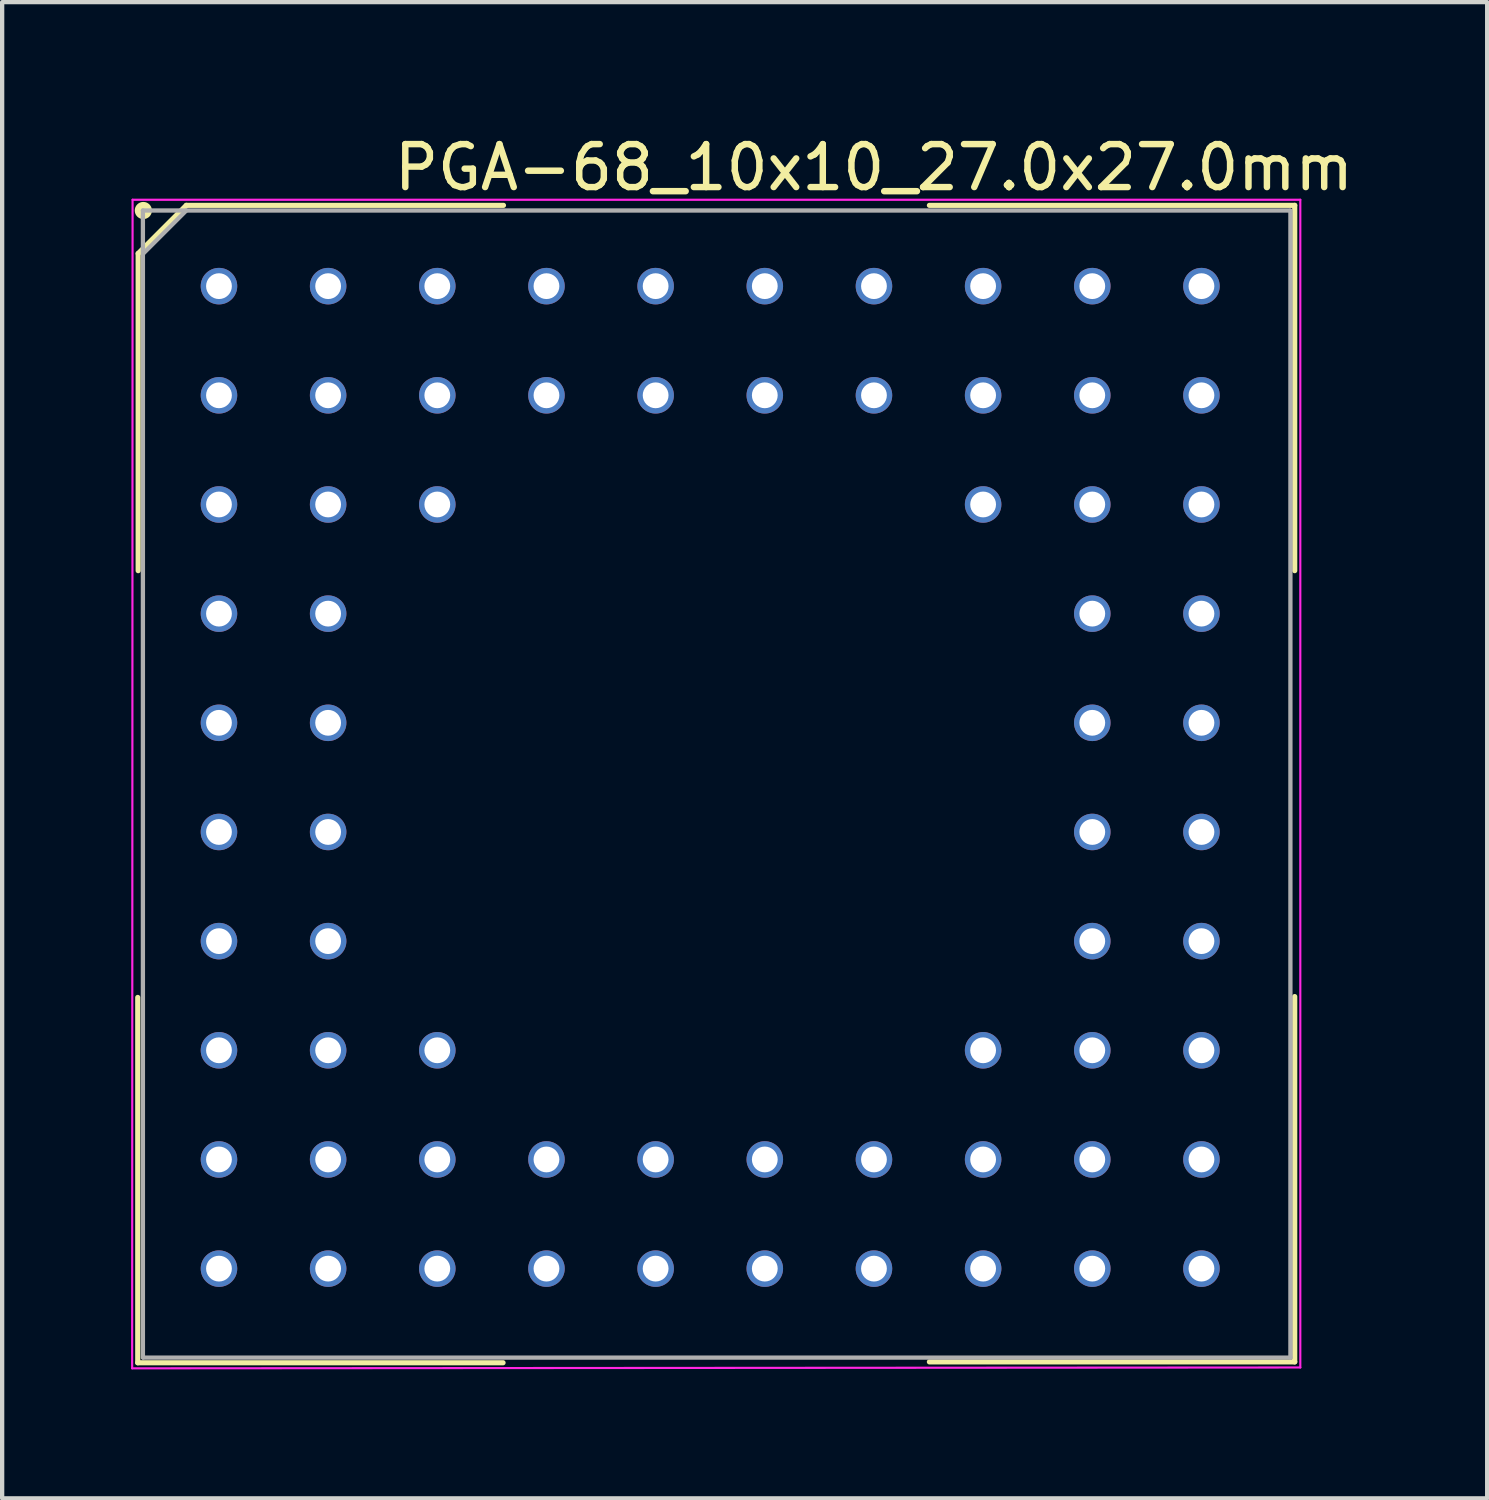
<source format=kicad_pcb>
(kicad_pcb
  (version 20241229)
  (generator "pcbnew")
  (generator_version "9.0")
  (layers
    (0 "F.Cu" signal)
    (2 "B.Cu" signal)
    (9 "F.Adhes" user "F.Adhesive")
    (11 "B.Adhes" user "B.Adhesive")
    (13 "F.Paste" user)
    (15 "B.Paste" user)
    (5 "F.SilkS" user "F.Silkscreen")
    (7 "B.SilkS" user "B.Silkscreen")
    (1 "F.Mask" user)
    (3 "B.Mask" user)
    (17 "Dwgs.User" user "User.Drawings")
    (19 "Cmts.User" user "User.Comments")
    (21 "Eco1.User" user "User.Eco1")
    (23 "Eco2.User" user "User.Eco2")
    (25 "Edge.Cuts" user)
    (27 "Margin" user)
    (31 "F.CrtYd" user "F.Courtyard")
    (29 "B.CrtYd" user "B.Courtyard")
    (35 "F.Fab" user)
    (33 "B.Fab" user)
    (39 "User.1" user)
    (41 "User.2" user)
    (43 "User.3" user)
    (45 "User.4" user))
  (footprint "PGA-68_10x10_27.0x27.0mm"
    (layer "F.Cu")
    (at 13.475 15.038)
    (property "Reference" "PGA-68_10x10_27.0x27.0mm" (at 3.81 -14.19 0) (layer "F.SilkS") (effects (font (size 1 1) (thickness 0.15))))
    (attr through_hole)
    (fp_line (start -13.32 5.12) (end -13.32 13.62) (stroke (width 0.12) (type default)) (layer "F.SilkS"))
    (fp_line (start -13.32 13.62) (end -4.82 13.62) (stroke (width 0.12) (type default)) (layer "F.SilkS"))
    (fp_line (start -13.31 -12.19) (end -12.19 -13.31) (stroke (width 0.12) (type default)) (layer "F.SilkS"))
    (fp_line (start -13.31 -4.81) (end -13.31 -12.19) (stroke (width 0.12) (type default)) (layer "F.SilkS"))
    (fp_line (start -12.19 -13.31) (end -4.81 -13.31) (stroke (width 0.12) (type default)) (layer "F.SilkS"))
    (fp_line (start 5.1 -13.31) (end 13.6 -13.31) (stroke (width 0.12) (type default)) (layer "F.SilkS"))
    (fp_line (start 5.1 13.6) (end 13.6 13.6) (stroke (width 0.12) (type default)) (layer "F.SilkS"))
    (fp_line (start 13.6 -13.31) (end 13.6 -4.81) (stroke (width 0.12) (type default)) (layer "F.SilkS"))
    (fp_line (start 13.6 13.6) (end 13.6 5.1) (stroke (width 0.12) (type default)) (layer "F.SilkS"))
    (fp_circle (center -13.19 -13.19) (end -13.19 -13.09) (stroke (width 0.2) (type default)) (fill no) (layer "F.SilkS"))
    (fp_line (start -13.45 13.75) (end -13.44 -13.44) (stroke (width 0.05) (type default)) (layer "F.CrtYd"))
    (fp_line (start -13.45 13.75) (end 13.73 13.73) (stroke (width 0.05) (type default)) (layer "F.CrtYd"))
    (fp_line (start -13.44 -13.44) (end 13.73 -13.44) (stroke (width 0.05) (type default)) (layer "F.CrtYd"))
    (fp_line (start 13.73 13.73) (end 13.73 -13.44) (stroke (width 0.05) (type default)) (layer "F.CrtYd"))
    (fp_line (start -13.2 -13.19) (end 13.48 -13.19) (stroke (width 0.1) (type default)) (layer "F.Fab"))
    (fp_line (start -13.2 13.5) (end -13.2 -13.19) (stroke (width 0.1) (type default)) (layer "F.Fab"))
    (fp_line (start -13.19 -12.19) (end -12.19 -13.19) (stroke (width 0.1) (type default)) (layer "F.Fab"))
    (fp_line (start -13.19 13.5) (end 13.5 13.5) (stroke (width 0.1) (type default)) (layer "F.Fab"))
    (fp_line (start 13.5 13.5) (end 13.5 -13.19) (stroke (width 0.1) (type default)) (layer "F.Fab"))
    (pad "A1" thru_hole circle (at -11.43 -11.43) (size 0.85 0.85) (drill 0.6) (layers "*.Cu" "*.Mask"))
    (pad "A2" thru_hole circle (at -8.89 -11.43) (size 0.85 0.85) (drill 0.6) (layers "*.Cu" "*.Mask"))
    (pad "A3" thru_hole circle (at -6.35 -11.43) (size 0.85 0.85) (drill 0.6) (layers "*.Cu" "*.Mask"))
    (pad "A4" thru_hole circle (at -3.81 -11.43) (size 0.85 0.85) (drill 0.6) (layers "*.Cu" "*.Mask"))
    (pad "A5" thru_hole circle (at -1.27 -11.43) (size 0.85 0.85) (drill 0.6) (layers "*.Cu" "*.Mask"))
    (pad "A6" thru_hole circle (at 1.27 -11.43) (size 0.85 0.85) (drill 0.6) (layers "*.Cu" "*.Mask"))
    (pad "A7" thru_hole circle (at 3.81 -11.43) (size 0.85 0.85) (drill 0.6) (layers "*.Cu" "*.Mask"))
    (pad "A8" thru_hole circle (at 6.35 -11.43) (size 0.85 0.85) (drill 0.6) (layers "*.Cu" "*.Mask"))
    (pad "A9" thru_hole circle (at 8.89 -11.43) (size 0.85 0.85) (drill 0.6) (layers "*.Cu" "*.Mask"))
    (pad "A10" thru_hole circle (at 11.43 -11.43) (size 0.85 0.85) (drill 0.6) (layers "*.Cu" "*.Mask"))
    (pad "B1" thru_hole circle (at -11.43 -8.89) (size 0.85 0.85) (drill 0.6) (layers "*.Cu" "*.Mask"))
    (pad "B2" thru_hole circle (at -8.89 -8.89) (size 0.85 0.85) (drill 0.6) (layers "*.Cu" "*.Mask"))
    (pad "B3" thru_hole circle (at -6.35 -8.89) (size 0.85 0.85) (drill 0.6) (layers "*.Cu" "*.Mask"))
    (pad "B4" thru_hole circle (at -3.81 -8.89) (size 0.85 0.85) (drill 0.6) (layers "*.Cu" "*.Mask"))
    (pad "B5" thru_hole circle (at -1.27 -8.89) (size 0.85 0.85) (drill 0.6) (layers "*.Cu" "*.Mask"))
    (pad "B6" thru_hole circle (at 1.27 -8.89) (size 0.85 0.85) (drill 0.6) (layers "*.Cu" "*.Mask"))
    (pad "B7" thru_hole circle (at 3.81 -8.89) (size 0.85 0.85) (drill 0.6) (layers "*.Cu" "*.Mask"))
    (pad "B8" thru_hole circle (at 6.35 -8.89) (size 0.85 0.85) (drill 0.6) (layers "*.Cu" "*.Mask"))
    (pad "B9" thru_hole circle (at 8.89 -8.89) (size 0.85 0.85) (drill 0.6) (layers "*.Cu" "*.Mask"))
    (pad "B10" thru_hole circle (at 11.43 -8.89) (size 0.85 0.85) (drill 0.6) (layers "*.Cu" "*.Mask"))
    (pad "C1" thru_hole circle (at -11.43 -6.35) (size 0.85 0.85) (drill 0.6) (layers "*.Cu" "*.Mask"))
    (pad "C2" thru_hole circle (at -8.89 -6.35) (size 0.85 0.85) (drill 0.6) (layers "*.Cu" "*.Mask"))
    (pad "C3" thru_hole circle (at -6.35 -6.35) (size 0.85 0.85) (drill 0.6) (layers "*.Cu" "*.Mask"))
    (pad "C8" thru_hole circle (at 6.35 -6.35) (size 0.85 0.85) (drill 0.6) (layers "*.Cu" "*.Mask"))
    (pad "C9" thru_hole circle (at 8.89 -6.35) (size 0.85 0.85) (drill 0.6) (layers "*.Cu" "*.Mask"))
    (pad "C10" thru_hole circle (at 11.43 -6.35) (size 0.85 0.85) (drill 0.6) (layers "*.Cu" "*.Mask"))
    (pad "D1" thru_hole circle (at -11.43 -3.81) (size 0.85 0.85) (drill 0.6) (layers "*.Cu" "*.Mask"))
    (pad "D2" thru_hole circle (at -8.89 -3.81) (size 0.85 0.85) (drill 0.6) (layers "*.Cu" "*.Mask"))
    (pad "D9" thru_hole circle (at 8.89 -3.81) (size 0.85 0.85) (drill 0.6) (layers "*.Cu" "*.Mask"))
    (pad "D10" thru_hole circle (at 11.43 -3.81) (size 0.85 0.85) (drill 0.6) (layers "*.Cu" "*.Mask"))
    (pad "E1" thru_hole circle (at -11.43 -1.27) (size 0.85 0.85) (drill 0.6) (layers "*.Cu" "*.Mask"))
    (pad "E2" thru_hole circle (at -8.89 -1.27) (size 0.85 0.85) (drill 0.6) (layers "*.Cu" "*.Mask"))
    (pad "E9" thru_hole circle (at 8.89 -1.27) (size 0.85 0.85) (drill 0.6) (layers "*.Cu" "*.Mask"))
    (pad "E10" thru_hole circle (at 11.43 -1.27) (size 0.85 0.85) (drill 0.6) (layers "*.Cu" "*.Mask"))
    (pad "F1" thru_hole circle (at -11.43 1.27) (size 0.85 0.85) (drill 0.6) (layers "*.Cu" "*.Mask"))
    (pad "F2" thru_hole circle (at -8.89 1.27) (size 0.85 0.85) (drill 0.6) (layers "*.Cu" "*.Mask"))
    (pad "F9" thru_hole circle (at 8.89 1.27) (size 0.85 0.85) (drill 0.6) (layers "*.Cu" "*.Mask"))
    (pad "F10" thru_hole circle (at 11.43 1.27) (size 0.85 0.85) (drill 0.6) (layers "*.Cu" "*.Mask"))
    (pad "G1" thru_hole circle (at -11.43 3.81) (size 0.85 0.85) (drill 0.6) (layers "*.Cu" "*.Mask"))
    (pad "G2" thru_hole circle (at -8.89 3.81) (size 0.85 0.85) (drill 0.6) (layers "*.Cu" "*.Mask"))
    (pad "G9" thru_hole circle (at 8.89 3.81) (size 0.85 0.85) (drill 0.6) (layers "*.Cu" "*.Mask"))
    (pad "G10" thru_hole circle (at 11.43 3.81) (size 0.85 0.85) (drill 0.6) (layers "*.Cu" "*.Mask"))
    (pad "H1" thru_hole circle (at -11.43 6.35) (size 0.85 0.85) (drill 0.6) (layers "*.Cu" "*.Mask"))
    (pad "H2" thru_hole circle (at -8.89 6.35) (size 0.85 0.85) (drill 0.6) (layers "*.Cu" "*.Mask"))
    (pad "H3" thru_hole circle (at -6.35 6.35) (size 0.85 0.85) (drill 0.6) (layers "*.Cu" "*.Mask"))
    (pad "H8" thru_hole circle (at 6.35 6.35) (size 0.85 0.85) (drill 0.6) (layers "*.Cu" "*.Mask"))
    (pad "H9" thru_hole circle (at 8.89 6.35) (size 0.85 0.85) (drill 0.6) (layers "*.Cu" "*.Mask"))
    (pad "H10" thru_hole circle (at 11.43 6.35) (size 0.85 0.85) (drill 0.6) (layers "*.Cu" "*.Mask"))
    (pad "J1" thru_hole circle (at -11.43 8.89) (size 0.85 0.85) (drill 0.6) (layers "*.Cu" "*.Mask"))
    (pad "J2" thru_hole circle (at -8.89 8.89) (size 0.85 0.85) (drill 0.6) (layers "*.Cu" "*.Mask"))
    (pad "J3" thru_hole circle (at -6.35 8.89) (size 0.85 0.85) (drill 0.6) (layers "*.Cu" "*.Mask"))
    (pad "J4" thru_hole circle (at -3.81 8.89) (size 0.85 0.85) (drill 0.6) (layers "*.Cu" "*.Mask"))
    (pad "J5" thru_hole circle (at -1.27 8.89) (size 0.85 0.85) (drill 0.6) (layers "*.Cu" "*.Mask"))
    (pad "J6" thru_hole circle (at 1.27 8.89) (size 0.85 0.85) (drill 0.6) (layers "*.Cu" "*.Mask"))
    (pad "J7" thru_hole circle (at 3.81 8.89) (size 0.85 0.85) (drill 0.6) (layers "*.Cu" "*.Mask"))
    (pad "J8" thru_hole circle (at 6.35 8.89) (size 0.85 0.85) (drill 0.6) (layers "*.Cu" "*.Mask"))
    (pad "J9" thru_hole circle (at 8.89 8.89) (size 0.85 0.85) (drill 0.6) (layers "*.Cu" "*.Mask"))
    (pad "J10" thru_hole circle (at 11.43 8.89) (size 0.85 0.85) (drill 0.6) (layers "*.Cu" "*.Mask"))
    (pad "K1" thru_hole circle (at -11.43 11.43) (size 0.85 0.85) (drill 0.6) (layers "*.Cu" "*.Mask"))
    (pad "K2" thru_hole circle (at -8.89 11.43) (size 0.85 0.85) (drill 0.6) (layers "*.Cu" "*.Mask"))
    (pad "K3" thru_hole circle (at -6.35 11.43) (size 0.85 0.85) (drill 0.6) (layers "*.Cu" "*.Mask"))
    (pad "K4" thru_hole circle (at -3.81 11.43) (size 0.85 0.85) (drill 0.6) (layers "*.Cu" "*.Mask"))
    (pad "K5" thru_hole circle (at -1.27 11.43) (size 0.85 0.85) (drill 0.6) (layers "*.Cu" "*.Mask"))
    (pad "K6" thru_hole circle (at 1.27 11.43) (size 0.85 0.85) (drill 0.6) (layers "*.Cu" "*.Mask"))
    (pad "K7" thru_hole circle (at 3.81 11.43) (size 0.85 0.85) (drill 0.6) (layers "*.Cu" "*.Mask"))
    (pad "K8" thru_hole circle (at 6.35 11.43) (size 0.85 0.85) (drill 0.6) (layers "*.Cu" "*.Mask"))
    (pad "K9" thru_hole circle (at 8.89 11.43) (size 0.85 0.85) (drill 0.6) (layers "*.Cu" "*.Mask"))
    (pad "K10" thru_hole circle (at 11.43 11.43) (size 0.85 0.85) (drill 0.6) (layers "*.Cu" "*.Mask")))
  (gr_rect
    (start -3 -3)
    (end 31.553 31.813)
    (stroke (width 0.1) (type default))
    (fill no)
    (layer "Edge.Cuts")))
</source>
